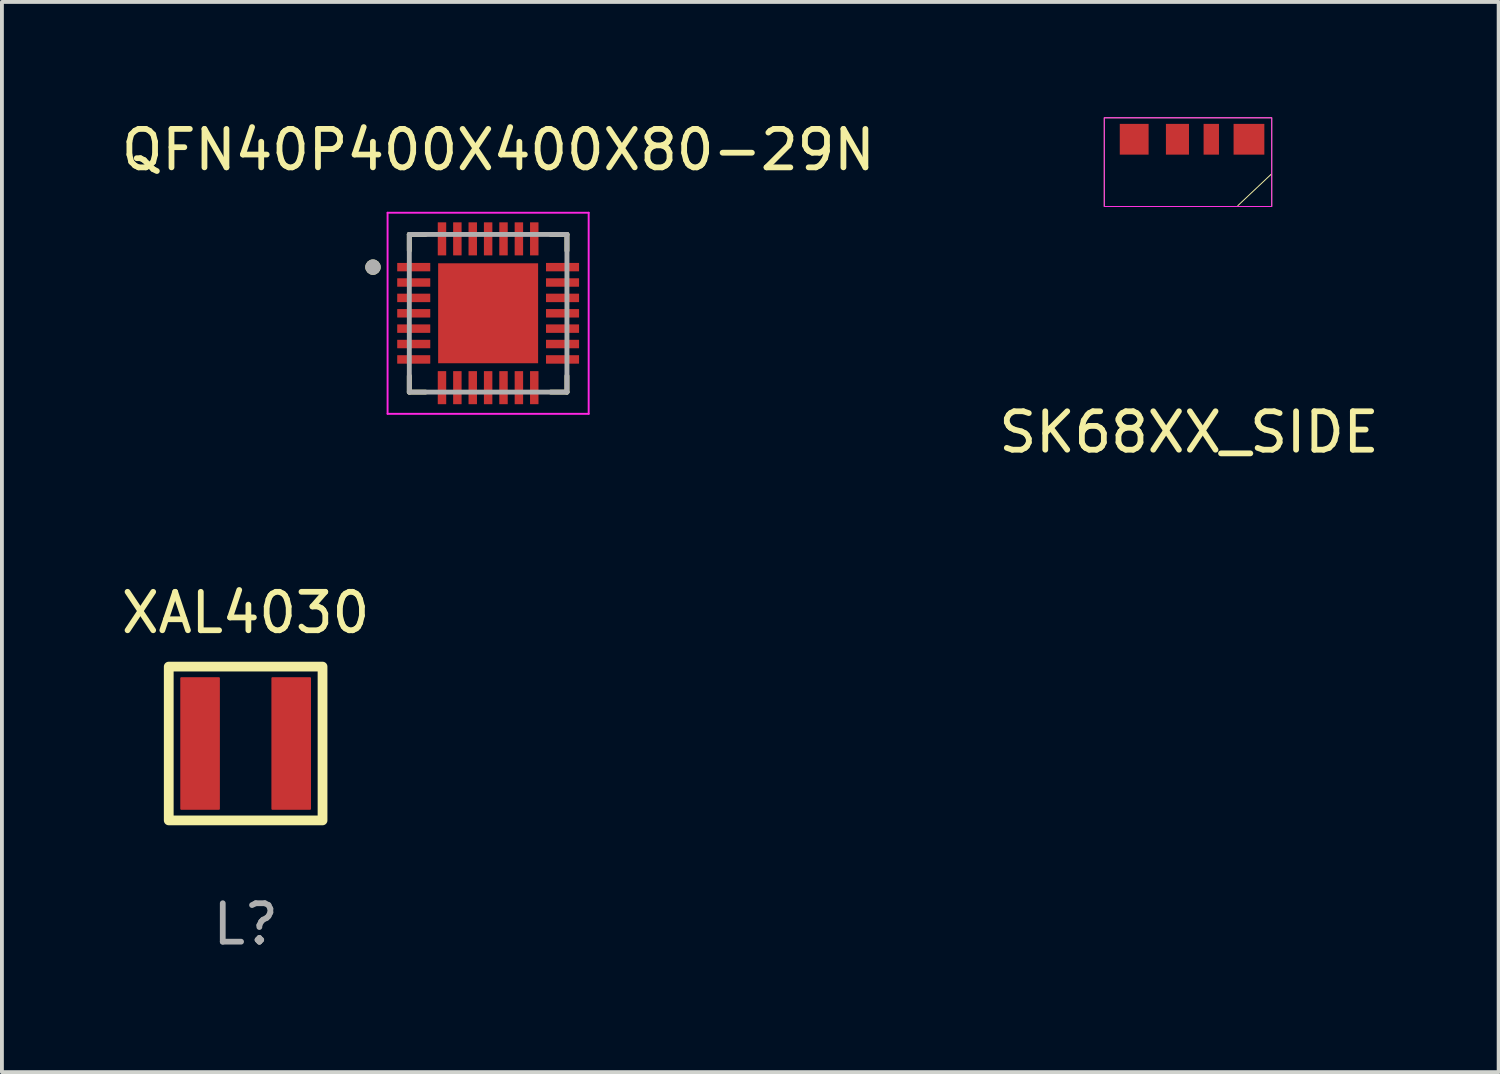
<source format=kicad_pcb>
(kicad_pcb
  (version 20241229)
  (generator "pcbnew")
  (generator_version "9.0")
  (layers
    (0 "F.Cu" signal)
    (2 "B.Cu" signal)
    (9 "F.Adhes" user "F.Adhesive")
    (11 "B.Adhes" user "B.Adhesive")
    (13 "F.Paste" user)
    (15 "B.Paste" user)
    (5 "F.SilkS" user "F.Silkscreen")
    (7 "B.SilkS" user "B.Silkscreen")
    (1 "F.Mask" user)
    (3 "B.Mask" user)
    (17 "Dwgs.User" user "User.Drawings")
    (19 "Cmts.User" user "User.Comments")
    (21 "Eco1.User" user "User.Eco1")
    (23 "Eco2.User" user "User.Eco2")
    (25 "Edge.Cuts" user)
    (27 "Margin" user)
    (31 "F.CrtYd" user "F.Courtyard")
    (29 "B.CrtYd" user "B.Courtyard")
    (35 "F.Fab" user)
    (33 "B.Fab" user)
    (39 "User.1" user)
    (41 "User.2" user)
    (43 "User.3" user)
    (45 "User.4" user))
  (footprint "XAL4030"
    (layer "F.Cu")
    (at 3.339 16.288)
    (property "Reference" "XAL4030" (at 0 -3.4 0) (unlocked yes) (layer "F.SilkS") (effects (font (size 1 1) (thickness 0.15))))
    (attr smd)
    (fp_rect (start -2 -2) (end 2 2) (stroke (width 0.254) (type solid)) (fill no) (layer "F.SilkS"))
    (fp_text user "L?" (at 0 4.7 0) (unlocked yes) (layer "F.Fab") (effects (font (size 1 1) (thickness 0.15))))
    (pad "1" smd custom (at -1.2 0) (size 0.743 0.762) (layers "F.Cu" "F.Mask" "F.Paste") (options (anchor rect)) (primitives (gr_rect (start -0.475 -1.7) (end 0.505 1.7) (width 0.05) (fill yes))))
    (pad "2" smd custom (at 1.2 0) (size 0.743 0.562) (layers "F.Cu" "F.Mask" "F.Paste") (options (anchor rect)) (primitives (gr_rect (start -0.505 -1.7) (end 0.475 1.7) (width 0.05) (fill yes)))))
  (footprint "SK68XX_SIDE"
    (layer "F.Cu")
    (at 27.875 0.572)
    (property "Reference" "SK68XX_SIDE" (at 0 7.62 0) (unlocked yes) (layer "F.SilkS") (effects (font (size 1 1) (thickness 0.15))))
    (attr smd)
    (fp_line (start 1.27 1.727) (end 2.134 0.914) (stroke (width 0.025) (type solid)) (layer "F.SilkS"))
    (fp_rect (start -2.203 -0.559) (end 2.152 1.75) (stroke (width 0.025) (type solid)) (fill no) (layer "F.SilkS"))
    (fp_rect (start -2.203 -0.559) (end 2.152 1.75) (stroke (width 0.025) (type solid)) (fill no) (layer "F.CrtYd"))
    (pad "1" smd rect (at -1.425 0) (size 0.75 0.8) (layers "F.Cu" "F.Mask" "F.Paste"))
    (pad "2" smd rect (at -0.3 0) (size 0.6 0.8) (layers "F.Cu" "F.Mask" "F.Paste"))
    (pad "3" smd rect (at 0.58 0) (size 0.4 0.8) (layers "F.Cu" "F.Mask" "F.Paste"))
    (pad "4" smd rect (at 1.56 0) (size 0.8 0.8) (layers "F.Cu" "F.Mask" "F.Paste")))
  (footprint "QFN40P400X400X80-29N"
    (layer "F.Cu")
    (at 9.646 5.098)
    (property "Reference" "QFN40P400X400X80-29N" (at 0.265 -4.25 0) (layer "F.SilkS") (effects (font (size 1 1) (thickness 0.15))))
    (attr through_hole)
    (fp_line (start -2.05 -2.05) (end -2.05 -1.63) (stroke (width 0.127) (type solid)) (layer "F.SilkS"))
    (fp_line (start -2.05 -2.05) (end -1.63 -2.05) (stroke (width 0.127) (type solid)) (layer "F.SilkS"))
    (fp_line (start -2.05 2.05) (end -2.05 1.63) (stroke (width 0.127) (type solid)) (layer "F.SilkS"))
    (fp_line (start -2.05 2.05) (end -1.63 2.05) (stroke (width 0.127) (type solid)) (layer "F.SilkS"))
    (fp_line (start 2.05 -2.05) (end 1.63 -2.05) (stroke (width 0.127) (type solid)) (layer "F.SilkS"))
    (fp_line (start 2.05 -2.05) (end 2.05 -1.63) (stroke (width 0.127) (type solid)) (layer "F.SilkS"))
    (fp_line (start 2.05 2.05) (end 1.63 2.05) (stroke (width 0.127) (type solid)) (layer "F.SilkS"))
    (fp_line (start 2.05 2.05) (end 2.05 1.63) (stroke (width 0.127) (type solid)) (layer "F.SilkS"))
    (fp_circle (center -2.995 -1.2) (end -2.895 -1.2) (stroke (width 0.2) (type solid)) (fill no) (layer "F.SilkS"))
    (fp_poly (pts (xy -0.82 -0.82) (xy 0.82 -0.82) (xy 0.82 0.82) (xy -0.82 0.82)) (stroke (width 0.01) (type solid)) (fill yes) (layer "F.Paste"))
    (fp_line (start -2.615 -2.615) (end 2.615 -2.615) (stroke (width 0.05) (type solid)) (layer "F.CrtYd"))
    (fp_line (start -2.615 2.615) (end -2.615 -2.615) (stroke (width 0.05) (type solid)) (layer "F.CrtYd"))
    (fp_line (start -2.615 2.615) (end 2.615 2.615) (stroke (width 0.05) (type solid)) (layer "F.CrtYd"))
    (fp_line (start 2.615 2.615) (end 2.615 -2.615) (stroke (width 0.05) (type solid)) (layer "F.CrtYd"))
    (fp_line (start -2.05 2.05) (end -2.05 -2.05) (stroke (width 0.127) (type solid)) (layer "F.Fab"))
    (fp_line (start 2.05 -2.05) (end -2.05 -2.05) (stroke (width 0.127) (type solid)) (layer "F.Fab"))
    (fp_line (start 2.05 2.05) (end -2.05 2.05) (stroke (width 0.127) (type solid)) (layer "F.Fab"))
    (fp_line (start 2.05 2.05) (end 2.05 -2.05) (stroke (width 0.127) (type solid)) (layer "F.Fab"))
    (fp_circle (center -2.995 -1.2) (end -2.895 -1.2) (stroke (width 0.2) (type solid)) (fill no) (layer "F.Fab"))
    (pad "1" smd roundrect (at -1.935 -1.2) (size 0.86 0.22) (layers "F.Cu" "F.Mask" "F.Paste") (roundrect_rratio 0.03))
    (pad "2" smd roundrect (at -1.935 -0.8) (size 0.86 0.22) (layers "F.Cu" "F.Mask" "F.Paste") (roundrect_rratio 0.03))
    (pad "3" smd roundrect (at -1.935 -0.4) (size 0.86 0.22) (layers "F.Cu" "F.Mask" "F.Paste") (roundrect_rratio 0.03))
    (pad "4" smd roundrect (at -1.935 0) (size 0.86 0.22) (layers "F.Cu" "F.Mask" "F.Paste") (roundrect_rratio 0.03))
    (pad "5" smd roundrect (at -1.935 0.4) (size 0.86 0.22) (layers "F.Cu" "F.Mask" "F.Paste") (roundrect_rratio 0.03))
    (pad "6" smd roundrect (at -1.935 0.8) (size 0.86 0.22) (layers "F.Cu" "F.Mask" "F.Paste") (roundrect_rratio 0.03))
    (pad "7" smd roundrect (at -1.935 1.2) (size 0.86 0.22) (layers "F.Cu" "F.Mask" "F.Paste") (roundrect_rratio 0.03))
    (pad "8" smd roundrect (at -1.2 1.935 90) (size 0.86 0.22) (layers "F.Cu" "F.Mask" "F.Paste") (roundrect_rratio 0.03))
    (pad "9" smd roundrect (at -0.8 1.935 90) (size 0.86 0.22) (layers "F.Cu" "F.Mask" "F.Paste") (roundrect_rratio 0.03))
    (pad "10" smd roundrect (at -0.4 1.935 90) (size 0.86 0.22) (layers "F.Cu" "F.Mask" "F.Paste") (roundrect_rratio 0.03))
    (pad "11" smd roundrect (at 0 1.935 90) (size 0.86 0.22) (layers "F.Cu" "F.Mask" "F.Paste") (roundrect_rratio 0.03))
    (pad "12" smd roundrect (at 0.4 1.935 90) (size 0.86 0.22) (layers "F.Cu" "F.Mask" "F.Paste") (roundrect_rratio 0.03))
    (pad "13" smd roundrect (at 0.8 1.935 90) (size 0.86 0.22) (layers "F.Cu" "F.Mask" "F.Paste") (roundrect_rratio 0.03))
    (pad "14" smd roundrect (at 1.2 1.935 90) (size 0.86 0.22) (layers "F.Cu" "F.Mask" "F.Paste") (roundrect_rratio 0.03))
    (pad "15" smd roundrect (at 1.935 1.2) (size 0.86 0.22) (layers "F.Cu" "F.Mask" "F.Paste") (roundrect_rratio 0.03))
    (pad "16" smd roundrect (at 1.935 0.8) (size 0.86 0.22) (layers "F.Cu" "F.Mask" "F.Paste") (roundrect_rratio 0.03))
    (pad "17" smd roundrect (at 1.935 0.4) (size 0.86 0.22) (layers "F.Cu" "F.Mask" "F.Paste") (roundrect_rratio 0.03))
    (pad "18" smd roundrect (at 1.935 0) (size 0.86 0.22) (layers "F.Cu" "F.Mask" "F.Paste") (roundrect_rratio 0.03))
    (pad "19" smd roundrect (at 1.935 -0.4) (size 0.86 0.22) (layers "F.Cu" "F.Mask" "F.Paste") (roundrect_rratio 0.03))
    (pad "20" smd roundrect (at 1.935 -0.8) (size 0.86 0.22) (layers "F.Cu" "F.Mask" "F.Paste") (roundrect_rratio 0.03))
    (pad "21" smd roundrect (at 1.935 -1.2) (size 0.86 0.22) (layers "F.Cu" "F.Mask" "F.Paste") (roundrect_rratio 0.03))
    (pad "22" smd roundrect (at 1.2 -1.935 90) (size 0.86 0.22) (layers "F.Cu" "F.Mask" "F.Paste") (roundrect_rratio 0.03))
    (pad "23" smd roundrect (at 0.8 -1.935 90) (size 0.86 0.22) (layers "F.Cu" "F.Mask" "F.Paste") (roundrect_rratio 0.03))
    (pad "24" smd roundrect (at 0.4 -1.935 90) (size 0.86 0.22) (layers "F.Cu" "F.Mask" "F.Paste") (roundrect_rratio 0.03))
    (pad "25" smd roundrect (at 0 -1.935 90) (size 0.86 0.22) (layers "F.Cu" "F.Mask" "F.Paste") (roundrect_rratio 0.03))
    (pad "26" smd roundrect (at -0.4 -1.935 90) (size 0.86 0.22) (layers "F.Cu" "F.Mask" "F.Paste") (roundrect_rratio 0.03))
    (pad "27" smd roundrect (at -0.8 -1.935 90) (size 0.86 0.22) (layers "F.Cu" "F.Mask" "F.Paste") (roundrect_rratio 0.03))
    (pad "28" smd roundrect (at -1.2 -1.935 90) (size 0.86 0.22) (layers "F.Cu" "F.Mask" "F.Paste") (roundrect_rratio 0.03))
    (pad "29" smd rect (at 0 0) (size 2.6 2.6) (layers "F.Cu" "F.Mask")))
  (gr_rect
    (start -3 -3)
    (end 35.929 24.836)
    (stroke (width 0.1) (type default))
    (fill no)
    (layer "Edge.Cuts")))
</source>
